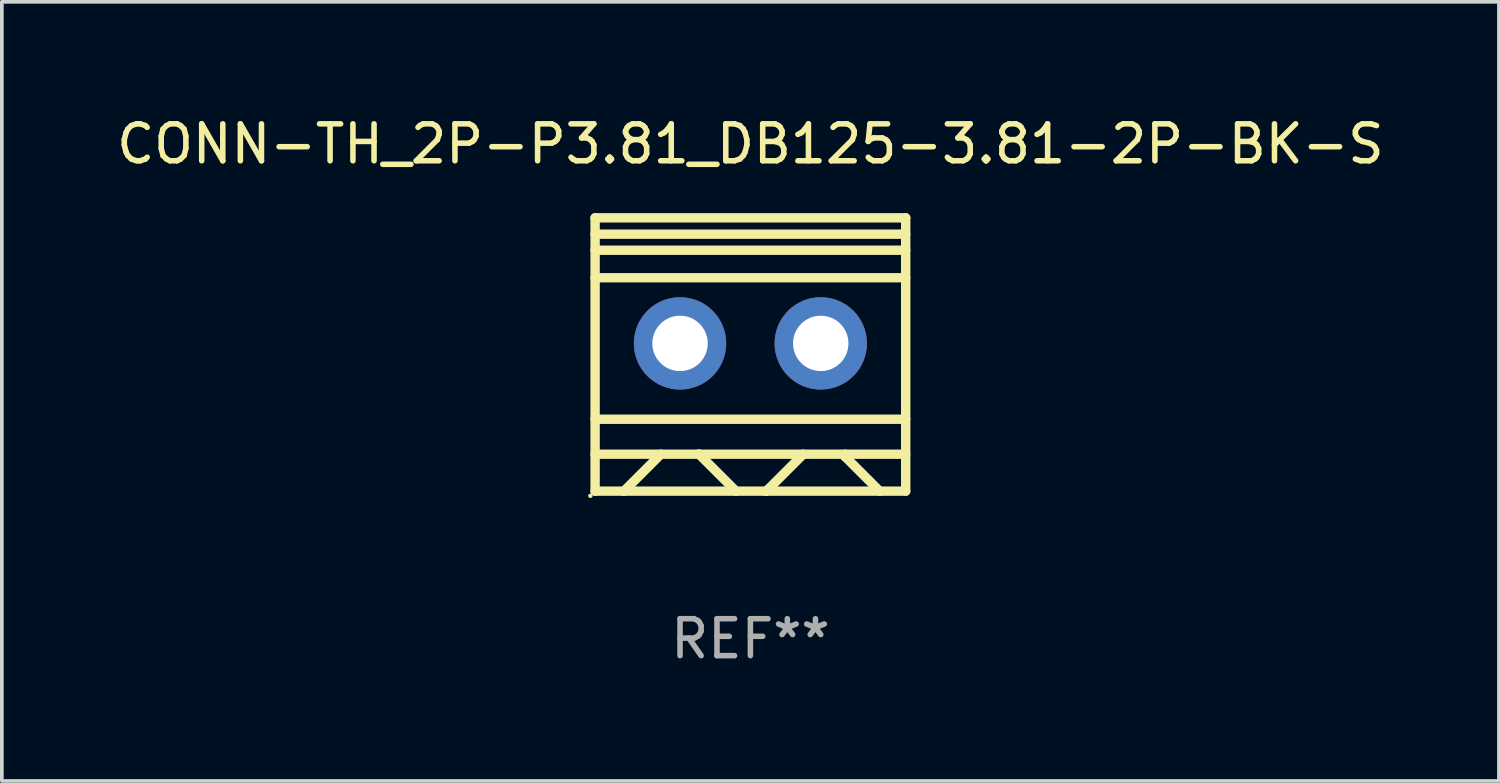
<source format=kicad_pcb>
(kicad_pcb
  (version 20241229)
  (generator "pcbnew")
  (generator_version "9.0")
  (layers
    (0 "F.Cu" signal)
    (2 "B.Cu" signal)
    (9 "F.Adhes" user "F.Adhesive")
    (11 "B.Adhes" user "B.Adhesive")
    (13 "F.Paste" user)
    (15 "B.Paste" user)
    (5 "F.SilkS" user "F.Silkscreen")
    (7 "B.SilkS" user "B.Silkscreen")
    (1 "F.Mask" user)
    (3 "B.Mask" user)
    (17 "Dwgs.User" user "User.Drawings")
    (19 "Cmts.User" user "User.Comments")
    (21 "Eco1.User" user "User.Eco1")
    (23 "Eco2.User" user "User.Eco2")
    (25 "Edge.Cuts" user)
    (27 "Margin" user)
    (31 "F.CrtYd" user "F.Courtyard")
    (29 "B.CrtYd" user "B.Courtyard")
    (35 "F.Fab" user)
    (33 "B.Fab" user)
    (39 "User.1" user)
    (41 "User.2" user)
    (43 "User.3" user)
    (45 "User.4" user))
  (footprint "CONN-TH_2P-P3.81_DB125-3.81-2P-BK-S"
    (layer "F.Cu")
    (at 17.268 6.548)
    (property "Reference" "CONN-TH_2P-P3.81_DB125-3.81-2P-BK-S" (at 0 -5.7 0) (layer "F.SilkS") (effects (font (size 1 1) (thickness 0.15))))
    (attr through_hole)
    (fp_line (start -4.205 -3.7) (end -4.205 3.7) (stroke (width 0.254) (type solid)) (layer "F.SilkS"))
    (fp_line (start -4.205 -3.7) (end 4.205 -3.7) (stroke (width 0.254) (type solid)) (layer "F.SilkS"))
    (fp_line (start -4.205 -3.257) (end 4.205 -3.257) (stroke (width 0.254) (type solid)) (layer "F.SilkS"))
    (fp_line (start -4.205 -2.822) (end 4.205 -2.822) (stroke (width 0.254) (type solid)) (layer "F.SilkS"))
    (fp_line (start -4.205 -2.078) (end 4.205 -2.078) (stroke (width 0.254) (type solid)) (layer "F.SilkS"))
    (fp_line (start -4.205 1.754) (end 4.205 1.754) (stroke (width 0.254) (type solid)) (layer "F.SilkS"))
    (fp_line (start -4.205 2.7) (end 4.205 2.7) (stroke (width 0.254) (type solid)) (layer "F.SilkS"))
    (fp_line (start -4.205 3.7) (end 4.205 3.7) (stroke (width 0.254) (type solid)) (layer "F.SilkS"))
    (fp_line (start -3.427 3.7) (end -3.424 3.7) (stroke (width 0.254) (type solid)) (layer "F.SilkS"))
    (fp_line (start -3.424 3.7) (end -2.424 2.7) (stroke (width 0.254) (type solid)) (layer "F.SilkS"))
    (fp_line (start -1.402 2.7) (end -1.392 2.7) (stroke (width 0.254) (type solid)) (layer "F.SilkS"))
    (fp_line (start -1.392 2.7) (end -0.392 3.7) (stroke (width 0.254) (type solid)) (layer "F.SilkS"))
    (fp_line (start 0.403 3.7) (end 0.432 3.7) (stroke (width 0.254) (type solid)) (layer "F.SilkS"))
    (fp_line (start 0.432 3.7) (end 1.432 2.7) (stroke (width 0.254) (type solid)) (layer "F.SilkS"))
    (fp_line (start 2.562 2.7) (end 2.562 2.764) (stroke (width 0.254) (type solid)) (layer "F.SilkS"))
    (fp_line (start 2.562 2.764) (end 3.498 3.7) (stroke (width 0.254) (type solid)) (layer "F.SilkS"))
    (fp_line (start 4.205 -3.7) (end 4.205 3.7) (stroke (width 0.254) (type solid)) (layer "F.SilkS"))
    (fp_circle (center -4.332 3.827) (end -4.302 3.827) (stroke (width 0.06) (type solid)) (fill no) (layer "F.SilkS"))
    (fp_text user "REF**" (at 0 7.7 0) (layer "F.Fab") (effects (font (size 1 1) (thickness 0.15))))
    (pad "1" thru_hole circle (at -1.905 -0.3) (size 2.5 2.5) (drill 1.5) (layers "*.Cu" "*.Mask"))
    (pad "2" thru_hole circle (at 1.905 -0.3) (size 2.5 2.5) (drill 1.5) (layers "*.Cu" "*.Mask")))
  (gr_rect
    (start -3 -3)
    (end 37.536 18.096)
    (stroke (width 0.1) (type default))
    (fill no)
    (layer "Edge.Cuts")))
</source>
